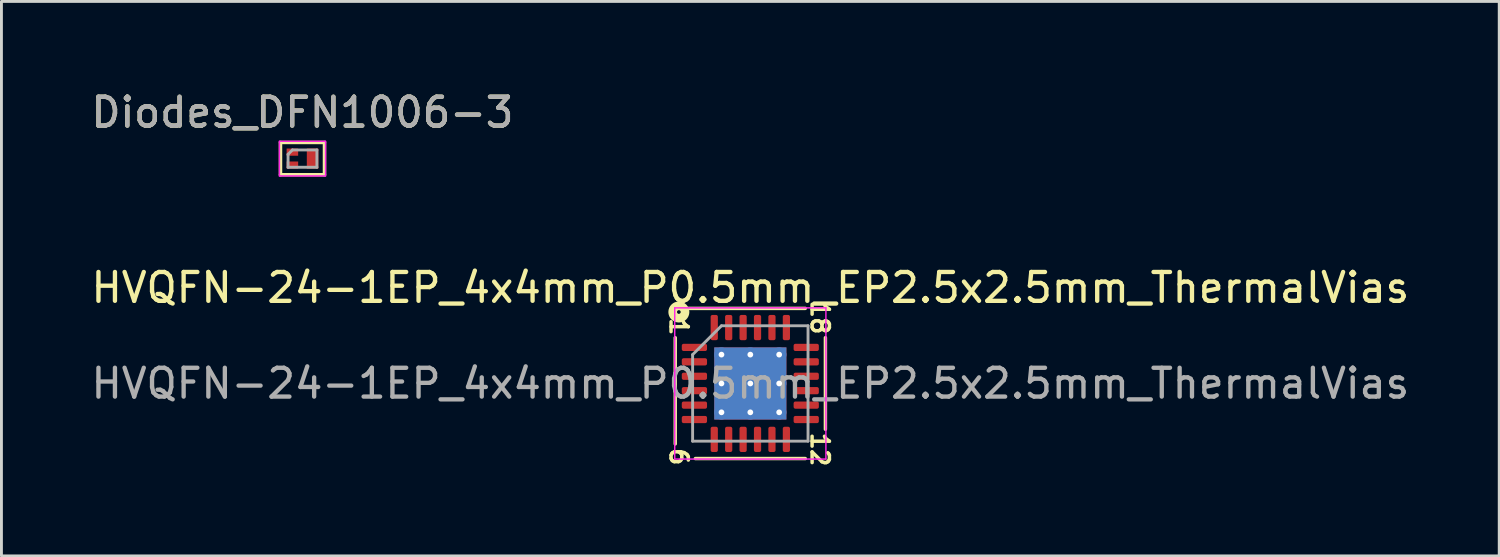
<source format=kicad_pcb>
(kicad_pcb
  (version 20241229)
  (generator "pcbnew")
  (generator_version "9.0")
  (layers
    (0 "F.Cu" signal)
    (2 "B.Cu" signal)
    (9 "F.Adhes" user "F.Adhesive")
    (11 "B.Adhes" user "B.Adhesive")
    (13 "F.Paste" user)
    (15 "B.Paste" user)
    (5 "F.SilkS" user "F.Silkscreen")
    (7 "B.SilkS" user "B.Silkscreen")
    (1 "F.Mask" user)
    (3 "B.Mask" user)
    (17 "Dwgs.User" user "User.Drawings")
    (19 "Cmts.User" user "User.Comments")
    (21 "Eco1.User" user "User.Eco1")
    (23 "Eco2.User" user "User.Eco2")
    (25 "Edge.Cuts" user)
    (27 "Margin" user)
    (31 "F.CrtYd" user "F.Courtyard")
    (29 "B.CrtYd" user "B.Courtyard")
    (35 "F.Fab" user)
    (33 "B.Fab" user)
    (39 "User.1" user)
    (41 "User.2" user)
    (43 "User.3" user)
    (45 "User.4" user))
  (footprint "HVQFN-24-1EP_4x4mm_P0.5mm_EP2.5x2.5mm_ThermalVias"
    (layer "F.Cu")
    (at 22.958 10.242)
    (property "Reference" "HVQFN-24-1EP_4x4mm_P0.5mm_EP2.5x2.5mm_ThermalVias" (at 0 -3.32 0) (layer "F.SilkS") (effects (font (size 1 1) (thickness 0.15))))
    (attr smd)
    (fp_line (start -2.603 2.095) (end -2.603 -1.587) (stroke (width 0.12) (type solid)) (layer "F.SilkS"))
    (fp_line (start -2.159 -2.603) (end 1.905 -2.603) (stroke (width 0.12) (type solid)) (layer "F.SilkS"))
    (fp_line (start 1.905 2.603) (end -1.905 2.603) (stroke (width 0.12) (type solid)) (layer "F.SilkS"))
    (fp_line (start 2.603 -1.587) (end 2.603 1.587) (stroke (width 0.12) (type solid)) (layer "F.SilkS"))
    (fp_circle (center -2.477 -2.477) (end -2.413 -2.477) (stroke (width 0.3) (type solid)) (fill no) (layer "F.SilkS"))
    (fp_line (start -2.62 -2.62) (end -2.62 2.62) (stroke (width 0.05) (type solid)) (layer "F.CrtYd"))
    (fp_line (start -2.62 2.62) (end 2.62 2.62) (stroke (width 0.05) (type solid)) (layer "F.CrtYd"))
    (fp_line (start 2.62 -2.62) (end -2.62 -2.62) (stroke (width 0.05) (type solid)) (layer "F.CrtYd"))
    (fp_line (start 2.62 2.62) (end 2.62 -2.62) (stroke (width 0.05) (type solid)) (layer "F.CrtYd"))
    (fp_line (start -2 -1) (end -1 -2) (stroke (width 0.1) (type solid)) (layer "F.Fab"))
    (fp_line (start -2 2) (end -2 -1) (stroke (width 0.1) (type solid)) (layer "F.Fab"))
    (fp_line (start -1 -2) (end 2 -2) (stroke (width 0.1) (type solid)) (layer "F.Fab"))
    (fp_line (start 2 -2) (end 2 2) (stroke (width 0.1) (type solid)) (layer "F.Fab"))
    (fp_line (start 2 2) (end -2 2) (stroke (width 0.1) (type solid)) (layer "F.Fab"))
    (fp_text user "12" (at 2.413 2.286 270) (unlocked yes) (layer "F.SilkS") (effects (font (size 0.6 0.6) (thickness 0.12))))
    (fp_text user "18" (at 2.413 -2.286 270) (unlocked yes) (layer "F.SilkS") (effects (font (size 0.6 0.6) (thickness 0.12))))
    (fp_text user "1" (at -2.477 -1.968 270) (unlocked yes) (layer "F.SilkS") (effects (font (size 0.6 0.6) (thickness 0.12))))
    (fp_text user "6" (at -2.477 2.54 270) (unlocked yes) (layer "F.SilkS") (effects (font (size 0.6 0.6) (thickness 0.12))))
    (fp_text user "${REFERENCE}" (at 0 0 0) (layer "F.Fab") (effects (font (size 1 1) (thickness 0.15))))
    (pad "" smd custom (at -0.5 -0.5) (size 0.779 0.779) (layers "F.Paste") (options (anchor circle)) (primitives (gr_poly (pts (xy 0.315 -0.192) (xy 0.315 0.192) (xy 0.192 0.315) (xy -0.192 0.315) (xy -0.315 0.192) (xy -0.315 -0.192) (xy -0.192 -0.315) (xy 0.192 -0.315)) (width 0.297) (fill yes))))
    (pad "" smd custom (at -0.5 0.5) (size 0.779 0.779) (layers "F.Paste") (options (anchor circle)) (primitives (gr_poly (pts (xy 0.315 -0.192) (xy 0.315 0.192) (xy 0.192 0.315) (xy -0.192 0.315) (xy -0.315 0.192) (xy -0.315 -0.192) (xy -0.192 -0.315) (xy 0.192 -0.315)) (width 0.297) (fill yes))))
    (pad "" smd custom (at 0.5 -0.5) (size 0.779 0.779) (layers "F.Paste") (options (anchor circle)) (primitives (gr_poly (pts (xy 0.315 -0.192) (xy 0.315 0.192) (xy 0.192 0.315) (xy -0.192 0.315) (xy -0.315 0.192) (xy -0.315 -0.192) (xy -0.192 -0.315) (xy 0.192 -0.315)) (width 0.297) (fill yes))))
    (pad "" smd custom (at 0.5 0.5) (size 0.779 0.779) (layers "F.Paste") (options (anchor circle)) (primitives (gr_poly (pts (xy 0.315 -0.192) (xy 0.315 0.192) (xy 0.192 0.315) (xy -0.192 0.315) (xy -0.315 0.192) (xy -0.315 -0.192) (xy -0.192 -0.315) (xy 0.192 -0.315)) (width 0.297) (fill yes))))
    (pad "1" smd roundrect (at -1.938 -1.25) (size 0.875 0.25) (layers "F.Cu" "F.Mask" "F.Paste") (roundrect_rratio 0.25))
    (pad "2" smd roundrect (at -1.938 -0.75) (size 0.875 0.25) (layers "F.Cu" "F.Mask" "F.Paste") (roundrect_rratio 0.25))
    (pad "3" smd roundrect (at -1.938 -0.25) (size 0.875 0.25) (layers "F.Cu" "F.Mask" "F.Paste") (roundrect_rratio 0.25))
    (pad "4" smd roundrect (at -1.938 0.25) (size 0.875 0.25) (layers "F.Cu" "F.Mask" "F.Paste") (roundrect_rratio 0.25))
    (pad "5" smd roundrect (at -1.938 0.75) (size 0.875 0.25) (layers "F.Cu" "F.Mask" "F.Paste") (roundrect_rratio 0.25))
    (pad "6" smd roundrect (at -1.938 1.25) (size 0.875 0.25) (layers "F.Cu" "F.Mask" "F.Paste") (roundrect_rratio 0.25))
    (pad "7" smd roundrect (at -1.25 1.938) (size 0.25 0.875) (layers "F.Cu" "F.Mask" "F.Paste") (roundrect_rratio 0.25))
    (pad "8" smd roundrect (at -0.75 1.938) (size 0.25 0.875) (layers "F.Cu" "F.Mask" "F.Paste") (roundrect_rratio 0.25))
    (pad "9" smd roundrect (at -0.25 1.938) (size 0.25 0.875) (layers "F.Cu" "F.Mask" "F.Paste") (roundrect_rratio 0.25))
    (pad "10" smd roundrect (at 0.25 1.938) (size 0.25 0.875) (layers "F.Cu" "F.Mask" "F.Paste") (roundrect_rratio 0.25))
    (pad "11" smd roundrect (at 0.75 1.938) (size 0.25 0.875) (layers "F.Cu" "F.Mask" "F.Paste") (roundrect_rratio 0.25))
    (pad "12" smd roundrect (at 1.25 1.938) (size 0.25 0.875) (layers "F.Cu" "F.Mask" "F.Paste") (roundrect_rratio 0.25))
    (pad "13" smd roundrect (at 1.938 1.25) (size 0.875 0.25) (layers "F.Cu" "F.Mask" "F.Paste") (roundrect_rratio 0.25))
    (pad "14" smd roundrect (at 1.938 0.75) (size 0.875 0.25) (layers "F.Cu" "F.Mask" "F.Paste") (roundrect_rratio 0.25))
    (pad "15" smd roundrect (at 1.938 0.25) (size 0.875 0.25) (layers "F.Cu" "F.Mask" "F.Paste") (roundrect_rratio 0.25))
    (pad "16" smd roundrect (at 1.938 -0.25) (size 0.875 0.25) (layers "F.Cu" "F.Mask" "F.Paste") (roundrect_rratio 0.25))
    (pad "17" smd roundrect (at 1.938 -0.75) (size 0.875 0.25) (layers "F.Cu" "F.Mask" "F.Paste") (roundrect_rratio 0.25))
    (pad "18" smd roundrect (at 1.938 -1.25) (size 0.875 0.25) (layers "F.Cu" "F.Mask" "F.Paste") (roundrect_rratio 0.25))
    (pad "19" smd roundrect (at 1.25 -1.938) (size 0.25 0.875) (layers "F.Cu" "F.Mask" "F.Paste") (roundrect_rratio 0.25))
    (pad "20" smd roundrect (at 0.75 -1.938) (size 0.25 0.875) (layers "F.Cu" "F.Mask" "F.Paste") (roundrect_rratio 0.25))
    (pad "21" smd roundrect (at 0.25 -1.938) (size 0.25 0.875) (layers "F.Cu" "F.Mask" "F.Paste") (roundrect_rratio 0.25))
    (pad "22" smd roundrect (at -0.25 -1.938) (size 0.25 0.875) (layers "F.Cu" "F.Mask" "F.Paste") (roundrect_rratio 0.25))
    (pad "23" smd roundrect (at -0.75 -1.938) (size 0.25 0.875) (layers "F.Cu" "F.Mask" "F.Paste") (roundrect_rratio 0.25))
    (pad "24" smd roundrect (at -1.25 -1.938) (size 0.25 0.875) (layers "F.Cu" "F.Mask" "F.Paste") (roundrect_rratio 0.25))
    (pad "25" thru_hole circle (at -1 -1) (size 0.5 0.5) (drill 0.2) (layers "*.Cu"))
    (pad "25" thru_hole circle (at -1 0) (size 0.5 0.5) (drill 0.2) (layers "*.Cu"))
    (pad "25" thru_hole circle (at -1 1) (size 0.5 0.5) (drill 0.2) (layers "*.Cu"))
    (pad "25" thru_hole circle (at 0 -1) (size 0.5 0.5) (drill 0.2) (layers "*.Cu"))
    (pad "25" thru_hole circle (at 0 0) (size 0.5 0.5) (drill 0.2) (layers "*.Cu"))
    (pad "25" smd rect (at 0 0) (size 2.5 2.5) (layers "F.Cu" "F.Mask"))
    (pad "25" smd rect (at 0 0) (size 2.5 2.5) (layers "B.Cu" "B.Mask"))
    (pad "25" thru_hole circle (at 0 1) (size 0.5 0.5) (drill 0.2) (layers "*.Cu"))
    (pad "25" thru_hole circle (at 1 -1) (size 0.5 0.5) (drill 0.2) (layers "*.Cu"))
    (pad "25" thru_hole circle (at 1 0) (size 0.5 0.5) (drill 0.2) (layers "*.Cu"))
    (pad "25" thru_hole circle (at 1 1) (size 0.5 0.5) (drill 0.2) (layers "*.Cu")))
  (footprint "Diodes_DFN1006-3"
    (layer "F.Cu")
    (at 7.435 2.448)
    (property "Reference" "Diodes_DFN1006-3" (at 0 -1.6 0) (layer "F.SilkS") (effects (font (size 1 1) (thickness 0.15))))
    (attr smd)
    (fp_line (start -0.762 -0.559) (end 0.762 -0.559) (stroke (width 0.12) (type solid)) (layer "F.SilkS"))
    (fp_line (start -0.762 0.559) (end -0.762 -0.559) (stroke (width 0.12) (type solid)) (layer "F.SilkS"))
    (fp_line (start 0.762 -0.559) (end 0.762 0.559) (stroke (width 0.12) (type solid)) (layer "F.SilkS"))
    (fp_line (start 0.762 0.559) (end -0.762 0.559) (stroke (width 0.12) (type solid)) (layer "F.SilkS"))
    (fp_line (start -0.8 -0.6) (end 0.8 -0.6) (stroke (width 0.05) (type solid)) (layer "F.CrtYd"))
    (fp_line (start -0.8 0.6) (end -0.8 -0.6) (stroke (width 0.05) (type solid)) (layer "F.CrtYd"))
    (fp_line (start 0.8 -0.6) (end 0.8 0.6) (stroke (width 0.05) (type solid)) (layer "F.CrtYd"))
    (fp_line (start 0.8 0.6) (end -0.8 0.6) (stroke (width 0.05) (type solid)) (layer "F.CrtYd"))
    (fp_line (start -0.5 0.3) (end -0.5 -0.15) (stroke (width 0.1) (type solid)) (layer "F.Fab"))
    (fp_line (start -0.35 -0.3) (end -0.5 -0.15) (stroke (width 0.1) (type solid)) (layer "F.Fab"))
    (fp_line (start -0.35 -0.3) (end 0.5 -0.3) (stroke (width 0.1) (type solid)) (layer "F.Fab"))
    (fp_line (start 0.5 -0.3) (end 0.5 0.3) (stroke (width 0.1) (type solid)) (layer "F.Fab"))
    (fp_line (start 0.5 0.3) (end -0.5 0.3) (stroke (width 0.1) (type solid)) (layer "F.Fab"))
    (fp_text user "${REFERENCE}" (at 0 -1.6 0) (layer "F.Fab") (effects (font (size 1 1) (thickness 0.15))))
    (pad "1" smd rect (at -0.35 -0.225 270) (size 0.25 0.4) (layers "F.Cu" "F.Mask" "F.Paste"))
    (pad "2" smd rect (at -0.35 0.225 270) (size 0.25 0.4) (layers "F.Cu" "F.Mask" "F.Paste"))
    (pad "3" smd rect (at 0.35 0 270) (size 0.7 0.4) (layers "F.Cu" "F.Mask" "F.Paste")))
  (gr_rect
    (start -3 -3)
    (end 48.917 16.219)
    (stroke (width 0.1) (type default))
    (fill no)
    (layer "Edge.Cuts")))
</source>
